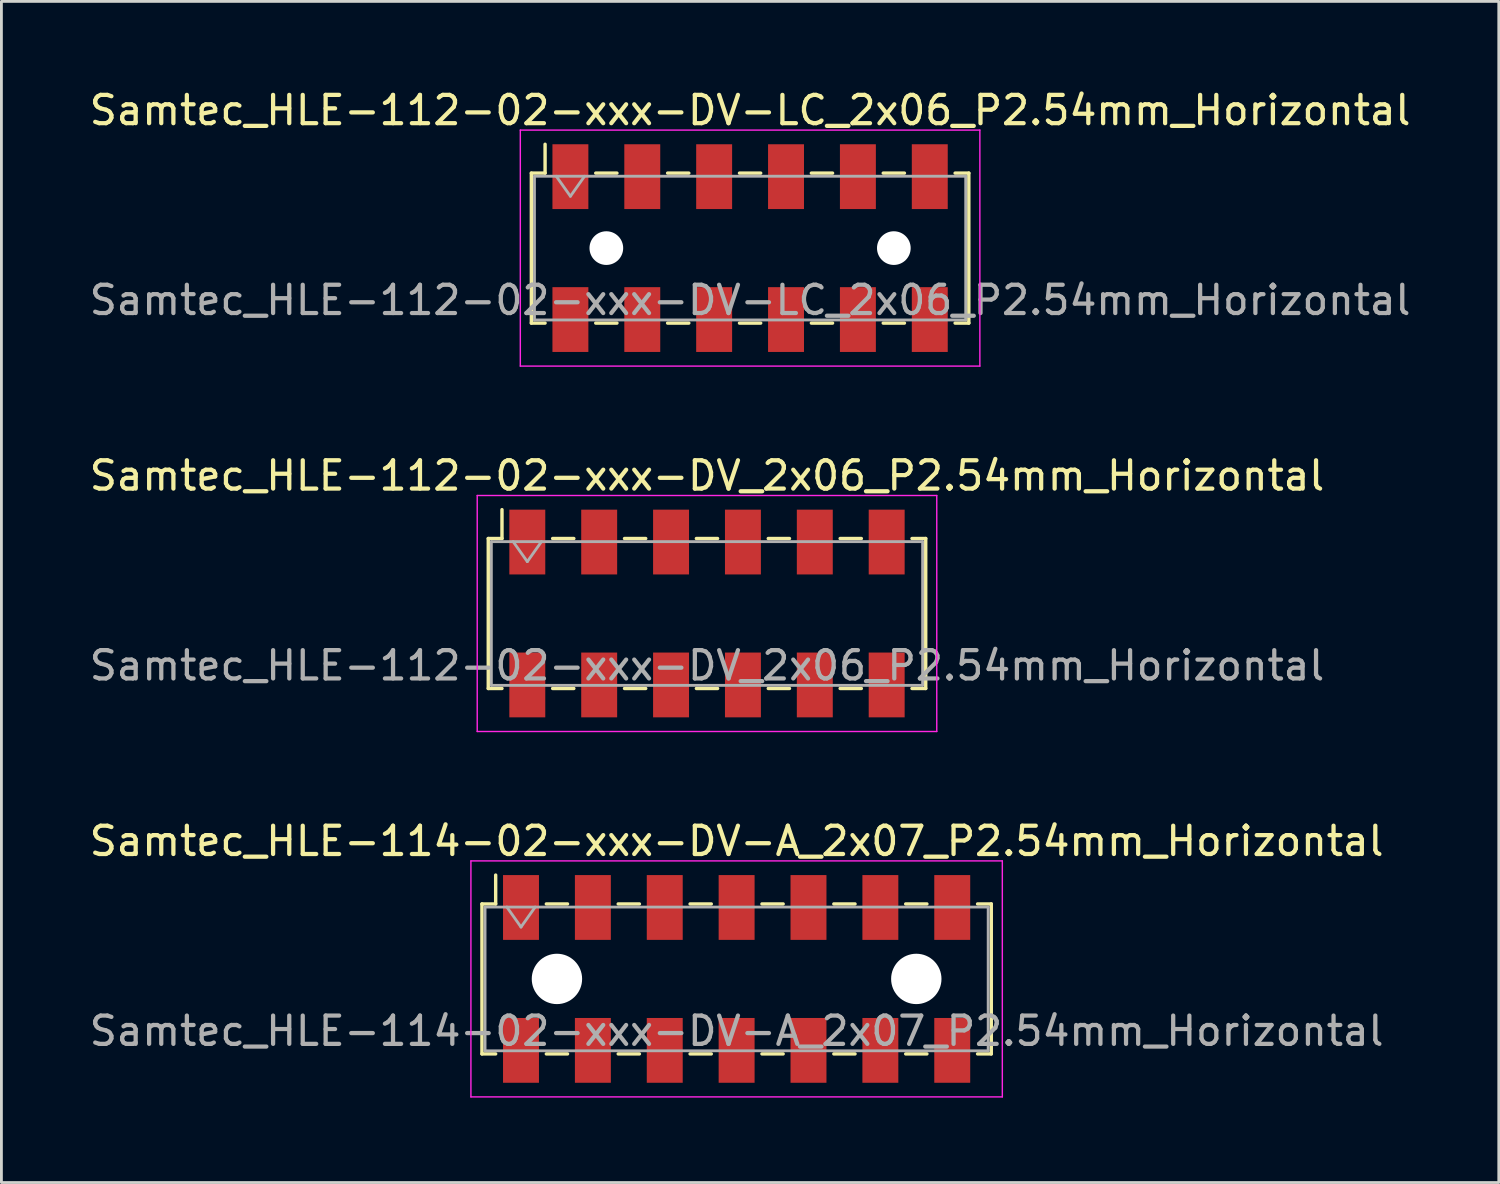
<source format=kicad_pcb>
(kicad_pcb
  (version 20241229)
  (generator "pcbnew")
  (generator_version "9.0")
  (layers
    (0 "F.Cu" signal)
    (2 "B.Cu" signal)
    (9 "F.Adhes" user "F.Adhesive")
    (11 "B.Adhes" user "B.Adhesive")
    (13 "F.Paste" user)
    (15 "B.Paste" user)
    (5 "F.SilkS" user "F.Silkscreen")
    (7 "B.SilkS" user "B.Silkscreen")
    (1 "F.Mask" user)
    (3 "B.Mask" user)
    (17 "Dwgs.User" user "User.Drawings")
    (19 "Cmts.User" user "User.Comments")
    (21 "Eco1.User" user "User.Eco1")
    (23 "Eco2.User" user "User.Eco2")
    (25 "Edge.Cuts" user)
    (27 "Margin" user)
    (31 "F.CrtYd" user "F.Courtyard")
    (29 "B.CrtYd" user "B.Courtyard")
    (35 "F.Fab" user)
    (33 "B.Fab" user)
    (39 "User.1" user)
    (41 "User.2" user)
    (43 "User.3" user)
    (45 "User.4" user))
  (footprint "Samtec_HLE-112-02-xxx-DV-LC_2x06_P2.54mm_Horizontal"
    (layer "F.Cu")
    (at 23.458 5.718)
    (property "Reference" "Samtec_HLE-112-02-xxx-DV-LC_2x06_P2.54mm_Horizontal" (at 0 -4.87 0) (layer "F.SilkS") (effects (font (size 1 1) (thickness 0.15))))
    (attr smd)
    (fp_line (start -7.73 -2.65) (end -7.73 2.65) (stroke (width 0.12) (type solid)) (layer "F.SilkS"))
    (fp_line (start -7.73 2.65) (end -7.245 2.65) (stroke (width 0.12) (type solid)) (layer "F.SilkS"))
    (fp_line (start -7.245 -3.67) (end -7.245 -2.65) (stroke (width 0.12) (type solid)) (layer "F.SilkS"))
    (fp_line (start -7.245 -2.65) (end -7.73 -2.65) (stroke (width 0.12) (type solid)) (layer "F.SilkS"))
    (fp_line (start -5.455 -2.65) (end -4.705 -2.65) (stroke (width 0.12) (type solid)) (layer "F.SilkS"))
    (fp_line (start -5.455 2.65) (end -4.705 2.65) (stroke (width 0.12) (type solid)) (layer "F.SilkS"))
    (fp_line (start -2.915 -2.65) (end -2.165 -2.65) (stroke (width 0.12) (type solid)) (layer "F.SilkS"))
    (fp_line (start -2.915 2.65) (end -2.165 2.65) (stroke (width 0.12) (type solid)) (layer "F.SilkS"))
    (fp_line (start -0.375 -2.65) (end 0.375 -2.65) (stroke (width 0.12) (type solid)) (layer "F.SilkS"))
    (fp_line (start -0.375 2.65) (end 0.375 2.65) (stroke (width 0.12) (type solid)) (layer "F.SilkS"))
    (fp_line (start 2.165 -2.65) (end 2.915 -2.65) (stroke (width 0.12) (type solid)) (layer "F.SilkS"))
    (fp_line (start 2.165 2.65) (end 2.915 2.65) (stroke (width 0.12) (type solid)) (layer "F.SilkS"))
    (fp_line (start 4.705 -2.65) (end 5.455 -2.65) (stroke (width 0.12) (type solid)) (layer "F.SilkS"))
    (fp_line (start 4.705 2.65) (end 5.455 2.65) (stroke (width 0.12) (type solid)) (layer "F.SilkS"))
    (fp_line (start 7.245 -2.65) (end 7.73 -2.65) (stroke (width 0.12) (type solid)) (layer "F.SilkS"))
    (fp_line (start 7.73 -2.65) (end 7.73 2.65) (stroke (width 0.12) (type solid)) (layer "F.SilkS"))
    (fp_line (start 7.73 2.65) (end 7.245 2.65) (stroke (width 0.12) (type solid)) (layer "F.SilkS"))
    (fp_line (start -8.12 -4.17) (end 8.12 -4.17) (stroke (width 0.05) (type solid)) (layer "F.CrtYd"))
    (fp_line (start -8.12 4.17) (end -8.12 -4.17) (stroke (width 0.05) (type solid)) (layer "F.CrtYd"))
    (fp_line (start 8.12 -4.17) (end 8.12 4.17) (stroke (width 0.05) (type solid)) (layer "F.CrtYd"))
    (fp_line (start 8.12 4.17) (end -8.12 4.17) (stroke (width 0.05) (type solid)) (layer "F.CrtYd"))
    (fp_line (start -7.62 -2.54) (end 7.62 -2.54) (stroke (width 0.1) (type solid)) (layer "F.Fab"))
    (fp_line (start -7.62 2.54) (end -7.62 -2.54) (stroke (width 0.1) (type solid)) (layer "F.Fab"))
    (fp_line (start -6.85 -2.54) (end -6.35 -1.833) (stroke (width 0.1) (type solid)) (layer "F.Fab"))
    (fp_line (start -6.35 -1.833) (end -5.85 -2.54) (stroke (width 0.1) (type solid)) (layer "F.Fab"))
    (fp_line (start 7.62 -2.54) (end 7.62 2.54) (stroke (width 0.1) (type solid)) (layer "F.Fab"))
    (fp_line (start 7.62 2.54) (end -7.62 2.54) (stroke (width 0.1) (type solid)) (layer "F.Fab"))
    (fp_text user "${REFERENCE}" (at 0 1.84 0) (layer "F.Fab") (effects (font (size 1 1) (thickness 0.15))))
    (pad "" np_thru_hole circle (at -5.08 0) (size 1.19 1.19) (drill 1.19) (layers "*.Cu" "*.Mask"))
    (pad "" np_thru_hole circle (at 5.08 0) (size 1.19 1.19) (drill 1.19) (layers "*.Cu" "*.Mask"))
    (pad "1" smd rect (at -6.35 -2.525) (size 1.27 2.29) (layers "F.Cu" "F.Mask" "F.Paste"))
    (pad "2" smd rect (at -6.35 2.525) (size 1.27 2.29) (layers "F.Cu" "F.Mask" "F.Paste"))
    (pad "3" smd rect (at -3.81 -2.525) (size 1.27 2.29) (layers "F.Cu" "F.Mask" "F.Paste"))
    (pad "4" smd rect (at -3.81 2.525) (size 1.27 2.29) (layers "F.Cu" "F.Mask" "F.Paste"))
    (pad "5" smd rect (at -1.27 -2.525) (size 1.27 2.29) (layers "F.Cu" "F.Mask" "F.Paste"))
    (pad "6" smd rect (at -1.27 2.525) (size 1.27 2.29) (layers "F.Cu" "F.Mask" "F.Paste"))
    (pad "7" smd rect (at 1.27 -2.525) (size 1.27 2.29) (layers "F.Cu" "F.Mask" "F.Paste"))
    (pad "8" smd rect (at 1.27 2.525) (size 1.27 2.29) (layers "F.Cu" "F.Mask" "F.Paste"))
    (pad "9" smd rect (at 3.81 -2.525) (size 1.27 2.29) (layers "F.Cu" "F.Mask" "F.Paste"))
    (pad "10" smd rect (at 3.81 2.525) (size 1.27 2.29) (layers "F.Cu" "F.Mask" "F.Paste"))
    (pad "11" smd rect (at 6.35 -2.525) (size 1.27 2.29) (layers "F.Cu" "F.Mask" "F.Paste"))
    (pad "12" smd rect (at 6.35 2.525) (size 1.27 2.29) (layers "F.Cu" "F.Mask" "F.Paste")))
  (footprint "Samtec_HLE-114-02-xxx-DV-A_2x07_P2.54mm_Horizontal"
    (layer "F.Cu")
    (at 22.982 31.545)
    (property "Reference" "Samtec_HLE-114-02-xxx-DV-A_2x07_P2.54mm_Horizontal" (at 0 -4.87 0) (layer "F.SilkS") (effects (font (size 1 1) (thickness 0.15))))
    (attr smd)
    (fp_line (start -9 -2.65) (end -9 2.65) (stroke (width 0.12) (type solid)) (layer "F.SilkS"))
    (fp_line (start -9 2.65) (end -8.515 2.65) (stroke (width 0.12) (type solid)) (layer "F.SilkS"))
    (fp_line (start -8.515 -3.67) (end -8.515 -2.65) (stroke (width 0.12) (type solid)) (layer "F.SilkS"))
    (fp_line (start -8.515 -2.65) (end -9 -2.65) (stroke (width 0.12) (type solid)) (layer "F.SilkS"))
    (fp_line (start -6.725 -2.65) (end -5.975 -2.65) (stroke (width 0.12) (type solid)) (layer "F.SilkS"))
    (fp_line (start -6.725 2.65) (end -5.975 2.65) (stroke (width 0.12) (type solid)) (layer "F.SilkS"))
    (fp_line (start -4.185 -2.65) (end -3.435 -2.65) (stroke (width 0.12) (type solid)) (layer "F.SilkS"))
    (fp_line (start -4.185 2.65) (end -3.435 2.65) (stroke (width 0.12) (type solid)) (layer "F.SilkS"))
    (fp_line (start -1.645 -2.65) (end -0.895 -2.65) (stroke (width 0.12) (type solid)) (layer "F.SilkS"))
    (fp_line (start -1.645 2.65) (end -0.895 2.65) (stroke (width 0.12) (type solid)) (layer "F.SilkS"))
    (fp_line (start 0.895 -2.65) (end 1.645 -2.65) (stroke (width 0.12) (type solid)) (layer "F.SilkS"))
    (fp_line (start 0.895 2.65) (end 1.645 2.65) (stroke (width 0.12) (type solid)) (layer "F.SilkS"))
    (fp_line (start 3.435 -2.65) (end 4.185 -2.65) (stroke (width 0.12) (type solid)) (layer "F.SilkS"))
    (fp_line (start 3.435 2.65) (end 4.185 2.65) (stroke (width 0.12) (type solid)) (layer "F.SilkS"))
    (fp_line (start 5.975 -2.65) (end 6.725 -2.65) (stroke (width 0.12) (type solid)) (layer "F.SilkS"))
    (fp_line (start 5.975 2.65) (end 6.725 2.65) (stroke (width 0.12) (type solid)) (layer "F.SilkS"))
    (fp_line (start 8.515 -2.65) (end 9 -2.65) (stroke (width 0.12) (type solid)) (layer "F.SilkS"))
    (fp_line (start 9 -2.65) (end 9 2.65) (stroke (width 0.12) (type solid)) (layer "F.SilkS"))
    (fp_line (start 9 2.65) (end 8.515 2.65) (stroke (width 0.12) (type solid)) (layer "F.SilkS"))
    (fp_line (start -9.39 -4.17) (end 9.39 -4.17) (stroke (width 0.05) (type solid)) (layer "F.CrtYd"))
    (fp_line (start -9.39 4.17) (end -9.39 -4.17) (stroke (width 0.05) (type solid)) (layer "F.CrtYd"))
    (fp_line (start 9.39 -4.17) (end 9.39 4.17) (stroke (width 0.05) (type solid)) (layer "F.CrtYd"))
    (fp_line (start 9.39 4.17) (end -9.39 4.17) (stroke (width 0.05) (type solid)) (layer "F.CrtYd"))
    (fp_line (start -8.89 -2.54) (end 8.89 -2.54) (stroke (width 0.1) (type solid)) (layer "F.Fab"))
    (fp_line (start -8.89 2.54) (end -8.89 -2.54) (stroke (width 0.1) (type solid)) (layer "F.Fab"))
    (fp_line (start -8.12 -2.54) (end -7.62 -1.833) (stroke (width 0.1) (type solid)) (layer "F.Fab"))
    (fp_line (start -7.62 -1.833) (end -7.12 -2.54) (stroke (width 0.1) (type solid)) (layer "F.Fab"))
    (fp_line (start 8.89 -2.54) (end 8.89 2.54) (stroke (width 0.1) (type solid)) (layer "F.Fab"))
    (fp_line (start 8.89 2.54) (end -8.89 2.54) (stroke (width 0.1) (type solid)) (layer "F.Fab"))
    (fp_text user "${REFERENCE}" (at 0 1.84 0) (layer "F.Fab") (effects (font (size 1 1) (thickness 0.15))))
    (pad "" np_thru_hole circle (at -6.35 0) (size 1.78 1.78) (drill 1.78) (layers "*.Cu" "*.Mask"))
    (pad "" np_thru_hole circle (at 6.35 0) (size 1.78 1.78) (drill 1.78) (layers "*.Cu" "*.Mask"))
    (pad "1" smd rect (at -7.62 -2.525) (size 1.27 2.29) (layers "F.Cu" "F.Mask" "F.Paste"))
    (pad "2" smd rect (at -7.62 2.525) (size 1.27 2.29) (layers "F.Cu" "F.Mask" "F.Paste"))
    (pad "3" smd rect (at -5.08 -2.525) (size 1.27 2.29) (layers "F.Cu" "F.Mask" "F.Paste"))
    (pad "4" smd rect (at -5.08 2.525) (size 1.27 2.29) (layers "F.Cu" "F.Mask" "F.Paste"))
    (pad "5" smd rect (at -2.54 -2.525) (size 1.27 2.29) (layers "F.Cu" "F.Mask" "F.Paste"))
    (pad "6" smd rect (at -2.54 2.525) (size 1.27 2.29) (layers "F.Cu" "F.Mask" "F.Paste"))
    (pad "7" smd rect (at 0 -2.525) (size 1.27 2.29) (layers "F.Cu" "F.Mask" "F.Paste"))
    (pad "8" smd rect (at 0 2.525) (size 1.27 2.29) (layers "F.Cu" "F.Mask" "F.Paste"))
    (pad "9" smd rect (at 2.54 -2.525) (size 1.27 2.29) (layers "F.Cu" "F.Mask" "F.Paste"))
    (pad "10" smd rect (at 2.54 2.525) (size 1.27 2.29) (layers "F.Cu" "F.Mask" "F.Paste"))
    (pad "11" smd rect (at 5.08 -2.525) (size 1.27 2.29) (layers "F.Cu" "F.Mask" "F.Paste"))
    (pad "12" smd rect (at 5.08 2.525) (size 1.27 2.29) (layers "F.Cu" "F.Mask" "F.Paste"))
    (pad "13" smd rect (at 7.62 -2.525) (size 1.27 2.29) (layers "F.Cu" "F.Mask" "F.Paste"))
    (pad "14" smd rect (at 7.62 2.525) (size 1.27 2.29) (layers "F.Cu" "F.Mask" "F.Paste")))
  (footprint "Samtec_HLE-112-02-xxx-DV_2x06_P2.54mm_Horizontal"
    (layer "F.Cu")
    (at 21.935 18.631)
    (property "Reference" "Samtec_HLE-112-02-xxx-DV_2x06_P2.54mm_Horizontal" (at 0 -4.87 0) (layer "F.SilkS") (effects (font (size 1 1) (thickness 0.15))))
    (attr smd)
    (fp_line (start -7.73 -2.65) (end -7.73 2.65) (stroke (width 0.12) (type solid)) (layer "F.SilkS"))
    (fp_line (start -7.73 2.65) (end -7.245 2.65) (stroke (width 0.12) (type solid)) (layer "F.SilkS"))
    (fp_line (start -7.245 -3.67) (end -7.245 -2.65) (stroke (width 0.12) (type solid)) (layer "F.SilkS"))
    (fp_line (start -7.245 -2.65) (end -7.73 -2.65) (stroke (width 0.12) (type solid)) (layer "F.SilkS"))
    (fp_line (start -5.455 -2.65) (end -4.705 -2.65) (stroke (width 0.12) (type solid)) (layer "F.SilkS"))
    (fp_line (start -5.455 2.65) (end -4.705 2.65) (stroke (width 0.12) (type solid)) (layer "F.SilkS"))
    (fp_line (start -2.915 -2.65) (end -2.165 -2.65) (stroke (width 0.12) (type solid)) (layer "F.SilkS"))
    (fp_line (start -2.915 2.65) (end -2.165 2.65) (stroke (width 0.12) (type solid)) (layer "F.SilkS"))
    (fp_line (start -0.375 -2.65) (end 0.375 -2.65) (stroke (width 0.12) (type solid)) (layer "F.SilkS"))
    (fp_line (start -0.375 2.65) (end 0.375 2.65) (stroke (width 0.12) (type solid)) (layer "F.SilkS"))
    (fp_line (start 2.165 -2.65) (end 2.915 -2.65) (stroke (width 0.12) (type solid)) (layer "F.SilkS"))
    (fp_line (start 2.165 2.65) (end 2.915 2.65) (stroke (width 0.12) (type solid)) (layer "F.SilkS"))
    (fp_line (start 4.705 -2.65) (end 5.455 -2.65) (stroke (width 0.12) (type solid)) (layer "F.SilkS"))
    (fp_line (start 4.705 2.65) (end 5.455 2.65) (stroke (width 0.12) (type solid)) (layer "F.SilkS"))
    (fp_line (start 7.245 -2.65) (end 7.73 -2.65) (stroke (width 0.12) (type solid)) (layer "F.SilkS"))
    (fp_line (start 7.73 -2.65) (end 7.73 2.65) (stroke (width 0.12) (type solid)) (layer "F.SilkS"))
    (fp_line (start 7.73 2.65) (end 7.245 2.65) (stroke (width 0.12) (type solid)) (layer "F.SilkS"))
    (fp_line (start -8.12 -4.17) (end 8.12 -4.17) (stroke (width 0.05) (type solid)) (layer "F.CrtYd"))
    (fp_line (start -8.12 4.17) (end -8.12 -4.17) (stroke (width 0.05) (type solid)) (layer "F.CrtYd"))
    (fp_line (start 8.12 -4.17) (end 8.12 4.17) (stroke (width 0.05) (type solid)) (layer "F.CrtYd"))
    (fp_line (start 8.12 4.17) (end -8.12 4.17) (stroke (width 0.05) (type solid)) (layer "F.CrtYd"))
    (fp_line (start -7.62 -2.54) (end 7.62 -2.54) (stroke (width 0.1) (type solid)) (layer "F.Fab"))
    (fp_line (start -7.62 2.54) (end -7.62 -2.54) (stroke (width 0.1) (type solid)) (layer "F.Fab"))
    (fp_line (start -6.85 -2.54) (end -6.35 -1.833) (stroke (width 0.1) (type solid)) (layer "F.Fab"))
    (fp_line (start -6.35 -1.833) (end -5.85 -2.54) (stroke (width 0.1) (type solid)) (layer "F.Fab"))
    (fp_line (start 7.62 -2.54) (end 7.62 2.54) (stroke (width 0.1) (type solid)) (layer "F.Fab"))
    (fp_line (start 7.62 2.54) (end -7.62 2.54) (stroke (width 0.1) (type solid)) (layer "F.Fab"))
    (fp_text user "${REFERENCE}" (at 0 1.84 0) (layer "F.Fab") (effects (font (size 1 1) (thickness 0.15))))
    (pad "1" smd rect (at -6.35 -2.525) (size 1.27 2.29) (layers "F.Cu" "F.Mask" "F.Paste"))
    (pad "2" smd rect (at -6.35 2.525) (size 1.27 2.29) (layers "F.Cu" "F.Mask" "F.Paste"))
    (pad "3" smd rect (at -3.81 -2.525) (size 1.27 2.29) (layers "F.Cu" "F.Mask" "F.Paste"))
    (pad "4" smd rect (at -3.81 2.525) (size 1.27 2.29) (layers "F.Cu" "F.Mask" "F.Paste"))
    (pad "5" smd rect (at -1.27 -2.525) (size 1.27 2.29) (layers "F.Cu" "F.Mask" "F.Paste"))
    (pad "6" smd rect (at -1.27 2.525) (size 1.27 2.29) (layers "F.Cu" "F.Mask" "F.Paste"))
    (pad "7" smd rect (at 1.27 -2.525) (size 1.27 2.29) (layers "F.Cu" "F.Mask" "F.Paste"))
    (pad "8" smd rect (at 1.27 2.525) (size 1.27 2.29) (layers "F.Cu" "F.Mask" "F.Paste"))
    (pad "9" smd rect (at 3.81 -2.525) (size 1.27 2.29) (layers "F.Cu" "F.Mask" "F.Paste"))
    (pad "10" smd rect (at 3.81 2.525) (size 1.27 2.29) (layers "F.Cu" "F.Mask" "F.Paste"))
    (pad "11" smd rect (at 6.35 -2.525) (size 1.27 2.29) (layers "F.Cu" "F.Mask" "F.Paste"))
    (pad "12" smd rect (at 6.35 2.525) (size 1.27 2.29) (layers "F.Cu" "F.Mask" "F.Paste")))
  (gr_rect
    (start -3 -3)
    (end 49.917 38.74)
    (stroke (width 0.1) (type default))
    (fill no)
    (layer "Edge.Cuts")))
</source>
